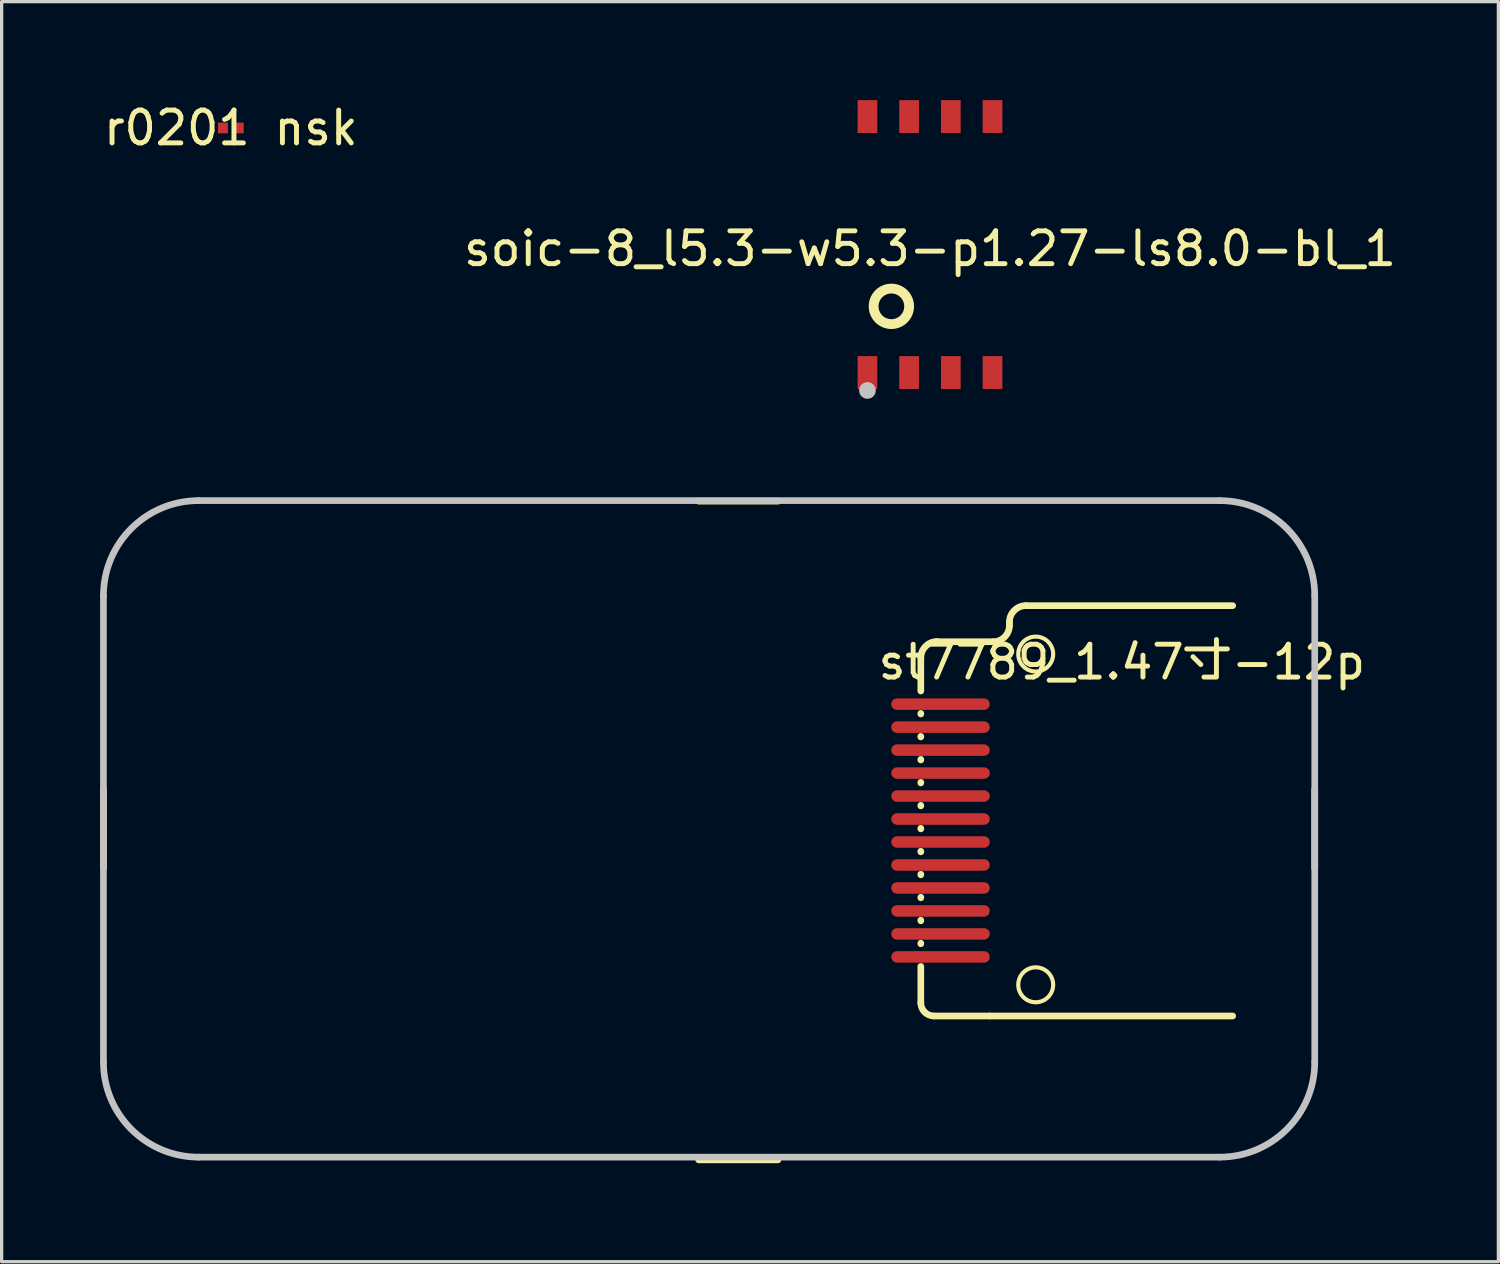
<source format=kicad_pcb>
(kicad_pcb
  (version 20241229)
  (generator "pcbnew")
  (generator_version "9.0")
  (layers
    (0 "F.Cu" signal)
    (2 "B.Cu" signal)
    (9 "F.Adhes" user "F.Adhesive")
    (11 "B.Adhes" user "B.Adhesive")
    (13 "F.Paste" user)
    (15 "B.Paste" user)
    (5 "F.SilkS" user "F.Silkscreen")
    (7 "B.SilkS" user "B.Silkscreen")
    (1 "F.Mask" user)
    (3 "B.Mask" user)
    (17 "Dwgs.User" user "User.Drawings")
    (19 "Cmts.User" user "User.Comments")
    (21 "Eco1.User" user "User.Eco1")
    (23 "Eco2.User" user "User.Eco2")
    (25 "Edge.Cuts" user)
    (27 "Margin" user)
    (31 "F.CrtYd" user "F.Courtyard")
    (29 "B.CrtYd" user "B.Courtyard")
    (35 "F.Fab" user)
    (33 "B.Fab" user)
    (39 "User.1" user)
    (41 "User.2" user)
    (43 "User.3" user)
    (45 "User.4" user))
  (footprint "r0201 nsk"
    (layer "F.Cu")
    (at 3.982 0.848)
    (property "Reference" "r0201 nsk" (at 0 0 0) (layer "F.SilkS") (effects (font (size 1 1) (thickness 0.15))))
    (fp_poly (pts (xy -0.081 0.138) (xy -0.081 -0.138) (xy -0.105 -0.162) (xy -0.369 -0.162) (xy -0.393 -0.138) (xy -0.393 0.138) (xy -0.369 0.162) (xy -0.105 0.162)) (stroke (width 0) (type default)) (fill yes) (layer "F.Paste"))
    (fp_poly (pts (xy 0.081 0.138) (xy 0.081 -0.138) (xy 0.105 -0.162) (xy 0.369 -0.162) (xy 0.393 -0.138) (xy 0.393 0.138) (xy 0.369 0.162) (xy 0.105 0.162)) (stroke (width 0) (type default)) (fill yes) (layer "F.Paste"))
    (fp_poly (pts (xy -0.3 0.15) (xy -0.3 -0.15) (xy -0.15 -0.15) (xy -0.15 0.15)) (stroke (width 0.1) (type default)) (fill no) (layer "User.1"))
    (fp_poly (pts (xy 0.3 0.15) (xy 0.3 -0.15) (xy 0.15 -0.15) (xy 0.15 0.15)) (stroke (width 0.1) (type default)) (fill no) (layer "User.1"))
    (fp_line (start -0.3 -0.15) (end 0.3 -0.15) (stroke (width 0.051) (type default)) (layer "User.2"))
    (fp_line (start -0.3 0.15) (end -0.3 -0.15) (stroke (width 0.051) (type default)) (layer "User.2"))
    (fp_line (start 0.3 -0.15) (end 0.3 0.15) (stroke (width 0.051) (type default)) (layer "User.2"))
    (fp_line (start 0.3 0.15) (end -0.3 0.15) (stroke (width 0.051) (type default)) (layer "User.2"))
    (fp_poly (pts (xy -0.24 0.15) (xy -0.258 0.108) (xy -0.3 0.09) (xy -0.342 0.108) (xy -0.36 0.15) (xy -0.342 0.192) (xy -0.3 0.21) (xy -0.258 0.192)) (stroke (width 0.1) (type default)) (fill no) (layer "User.3"))
    (pad "1" smd rect (at -0.241 0) (size 0.303 0.324) (layers "F.Cu" "F.Mask" "F.Paste"))
    (pad "2" smd rect (at 0.241 0) (size 0.303 0.324) (layers "F.Cu" "F.Mask" "F.Paste")))
  (footprint "soic-8_l5.3-w5.3-p1.27-ls8.0-bl_1"
    (layer "F.Cu")
    (at 25.28 4.527)
    (property "Reference" "soic-8_l5.3-w5.3-p1.27-ls8.0-bl_1" (at 0 0 0) (layer "F.SilkS") (effects (font (size 1 1) (thickness 0.15))))
    (fp_circle (center -1.176 1.755) (end -0.635 1.755) (stroke (width 0.299) (type default)) (fill no) (layer "F.SilkS"))
    (fp_circle (center -1.905 4.318) (end -1.778 4.318) (stroke (width 0.254) (type default)) (fill no) (layer "Dwgs.User"))
    (fp_poly (pts (xy -2.106 -4.128) (xy -1.704 -4.128) (xy -1.704 -3.627) (xy -2.106 -3.627)) (stroke (width 0.1) (type default)) (fill no) (layer "User.1"))
    (fp_poly (pts (xy -1.704 3.873) (xy -2.106 3.873) (xy -2.106 3.373) (xy -1.704 3.373)) (stroke (width 0.1) (type default)) (fill no) (layer "User.1"))
    (fp_poly (pts (xy -0.836 -4.128) (xy -0.434 -4.128) (xy -0.434 -3.627) (xy -0.836 -3.627)) (stroke (width 0.1) (type default)) (fill no) (layer "User.1"))
    (fp_poly (pts (xy -0.434 3.873) (xy -0.836 3.873) (xy -0.836 3.373) (xy -0.434 3.373)) (stroke (width 0.1) (type default)) (fill no) (layer "User.1"))
    (fp_poly (pts (xy 0.434 -4.128) (xy 0.836 -4.128) (xy 0.836 -3.627) (xy 0.434 -3.627)) (stroke (width 0.1) (type default)) (fill no) (layer "User.1"))
    (fp_poly (pts (xy 0.836 3.873) (xy 0.434 3.873) (xy 0.434 3.373) (xy 0.836 3.373)) (stroke (width 0.1) (type default)) (fill no) (layer "User.1"))
    (fp_poly (pts (xy 1.704 -4.128) (xy 2.106 -4.128) (xy 2.106 -3.627) (xy 1.704 -3.627)) (stroke (width 0.1) (type default)) (fill no) (layer "User.1"))
    (fp_poly (pts (xy 2.106 3.873) (xy 1.704 3.873) (xy 1.704 3.373) (xy 2.106 3.373)) (stroke (width 0.1) (type default)) (fill no) (layer "User.1"))
    (fp_line (start -2.999 -4.128) (end 2.999 -4.128) (stroke (width 0.051) (type default)) (layer "User.2"))
    (fp_line (start -2.999 3.873) (end -2.999 -4.128) (stroke (width 0.051) (type default)) (layer "User.2"))
    (fp_line (start 2.999 -4.128) (end 2.999 3.873) (stroke (width 0.051) (type default)) (layer "User.2"))
    (fp_line (start 2.999 3.873) (end -2.999 3.873) (stroke (width 0.051) (type default)) (layer "User.2"))
    (fp_poly (pts (xy -2.938 3.873) (xy -2.956 3.83) (xy -2.999 3.812) (xy -3.043 3.83) (xy -3.061 3.873) (xy -3.043 3.917) (xy -2.999 3.934) (xy -2.956 3.917)) (stroke (width 0.1) (type default)) (fill no) (layer "User.3"))
    (pad "1" smd rect (at -1.905 3.772) (size 0.6 1.001) (layers "F.Cu" "F.Mask" "F.Paste"))
    (pad "2" smd rect (at -0.635 3.772) (size 0.6 1.001) (layers "F.Cu" "F.Mask" "F.Paste"))
    (pad "3" smd rect (at 0.635 3.772) (size 0.6 1.001) (layers "F.Cu" "F.Mask" "F.Paste"))
    (pad "4" smd rect (at 1.905 3.772) (size 0.6 1.001) (layers "F.Cu" "F.Mask" "F.Paste"))
    (pad "5" smd rect (at 1.905 -4.026 180) (size 0.6 1.001) (layers "F.Cu" "F.Mask" "F.Paste"))
    (pad "6" smd rect (at 0.635 -4.026 180) (size 0.6 1.001) (layers "F.Cu" "F.Mask" "F.Paste"))
    (pad "7" smd rect (at -0.635 -4.026 180) (size 0.6 1.001) (layers "F.Cu" "F.Mask" "F.Paste"))
    (pad "8" smd rect (at -1.905 -4.026 180) (size 0.6 1.001) (layers "F.Cu" "F.Mask" "F.Paste")))
  (footprint "st7789_1.47寸-12p"
    (layer "F.Cu")
    (at 31.125 17.12)
    (property "Reference" "st7789_1.47寸-12p" (at 0 0 0) (layer "F.SilkS") (effects (font (size 1 1) (thickness 0.15))))
    (fp_line (start -31.024 3.873) (end -31.024 6.287) (stroke (width 0.203) (type default)) (layer "F.SilkS"))
    (fp_line (start -10.477 -4.903) (end -12.89 -4.903) (stroke (width 0.203) (type default)) (layer "F.SilkS"))
    (fp_line (start -10.477 15.163) (end -12.89 15.163) (stroke (width 0.203) (type default)) (layer "F.SilkS"))
    (fp_line (start -6.124 0.88) (end -6.124 -0.129) (stroke (width 0.203) (type default)) (layer "F.SilkS"))
    (fp_line (start -6.124 1.58) (end -6.124 1.563) (stroke (width 0.203) (type default)) (layer "F.SilkS"))
    (fp_line (start -6.124 2.28) (end -6.124 2.263) (stroke (width 0.203) (type default)) (layer "F.SilkS"))
    (fp_line (start -6.124 2.98) (end -6.124 2.963) (stroke (width 0.203) (type default)) (layer "F.SilkS"))
    (fp_line (start -6.124 3.68) (end -6.124 3.663) (stroke (width 0.203) (type default)) (layer "F.SilkS"))
    (fp_line (start -6.124 4.38) (end -6.124 4.364) (stroke (width 0.203) (type default)) (layer "F.SilkS"))
    (fp_line (start -6.124 5.08) (end -6.124 5.063) (stroke (width 0.203) (type default)) (layer "F.SilkS"))
    (fp_line (start -6.124 5.78) (end -6.124 5.763) (stroke (width 0.203) (type default)) (layer "F.SilkS"))
    (fp_line (start -6.124 6.48) (end -6.124 6.463) (stroke (width 0.203) (type default)) (layer "F.SilkS"))
    (fp_line (start -6.124 7.18) (end -6.124 7.163) (stroke (width 0.203) (type default)) (layer "F.SilkS"))
    (fp_line (start -6.124 7.88) (end -6.124 7.863) (stroke (width 0.203) (type default)) (layer "F.SilkS"))
    (fp_line (start -6.124 8.58) (end -6.124 8.563) (stroke (width 0.203) (type default)) (layer "F.SilkS"))
    (fp_line (start -6.124 10.38) (end -6.124 9.271) (stroke (width 0.203) (type default)) (layer "F.SilkS"))
    (fp_line (start -5.724 10.78) (end -4.024 10.78) (stroke (width 0.203) (type default)) (layer "F.SilkS"))
    (fp_line (start -5.624 -0.62) (end -3.924 -0.62) (stroke (width 0.203) (type default)) (layer "F.SilkS"))
    (fp_line (start -4.024 10.78) (end 3.376 10.78) (stroke (width 0.203) (type default)) (layer "F.SilkS"))
    (fp_line (start -3.424 -1.22) (end -3.424 -1.12) (stroke (width 0.203) (type default)) (layer "F.SilkS"))
    (fp_line (start -2.924 -1.72) (end 3.376 -1.72) (stroke (width 0.203) (type default)) (layer "F.SilkS"))
    (fp_line (start 5.876 3.873) (end 5.876 6.287) (stroke (width 0.203) (type default)) (layer "F.SilkS"))
    (fp_arc (start -6.124 -0.1285) (mid -5.977553 -0.482053) (end -5.624 -0.6285) (stroke (width 0.203) (type default)) (layer "F.SilkS"))
    (fp_arc (start -5.724 10.78) (mid -6.006843 10.662843) (end -6.124 10.38) (stroke (width 0.203) (type default)) (layer "F.SilkS"))
    (fp_arc (start -3.424 -1.22) (mid -3.277553 -1.573553) (end -2.924 -1.72) (stroke (width 0.203) (type default)) (layer "F.SilkS"))
    (fp_arc (start -3.424 -1.12) (mid -3.570447 -0.766447) (end -3.924 -0.62) (stroke (width 0.203) (type default)) (layer "F.SilkS"))
    (fp_circle (center -2.624 -0.245) (end -2.092 -0.245) (stroke (width 0.125) (type default)) (fill no) (layer "F.SilkS"))
    (fp_circle (center -2.624 9.83) (end -2.092 9.83) (stroke (width 0.125) (type default)) (fill no) (layer "F.SilkS"))
    (fp_line (start -31.024 12.18) (end -31.024 -2.02) (stroke (width 0.203) (type default)) (layer "Dwgs.User"))
    (fp_line (start 2.976 -4.92) (end -28.124 -4.92) (stroke (width 0.203) (type default)) (layer "Dwgs.User"))
    (fp_line (start 2.976 15.08) (end -28.124 15.08) (stroke (width 0.203) (type default)) (layer "Dwgs.User"))
    (fp_line (start 5.876 12.18) (end 5.876 -2.02) (stroke (width 0.203) (type default)) (layer "Dwgs.User"))
    (fp_arc (start -31.024 -2.02) (mid -30.17461 -4.07061) (end -28.124 -4.92) (stroke (width 0.203) (type default)) (layer "Dwgs.User"))
    (fp_arc (start -28.124 15.08) (mid -30.17461 14.23061) (end -31.024 12.18) (stroke (width 0.203) (type default)) (layer "Dwgs.User"))
    (fp_arc (start 2.976 -4.92) (mid 5.02661 -4.07061) (end 5.876 -2.02) (stroke (width 0.203) (type default)) (layer "Dwgs.User"))
    (fp_arc (start 5.876 12.18) (mid 5.02661 14.23061) (end 2.976 15.08) (stroke (width 0.203) (type default)) (layer "Dwgs.User"))
    (pad "1" smd oval (at -5.524 1.28 90) (size 0.35 3) (layers "F.Cu" "F.Mask" "F.Paste"))
    (pad "2" smd oval (at -5.524 1.98 90) (size 0.35 3) (layers "F.Cu" "F.Mask" "F.Paste"))
    (pad "3" smd oval (at -5.524 2.68 90) (size 0.35 3) (layers "F.Cu" "F.Mask" "F.Paste"))
    (pad "4" smd oval (at -5.524 3.38 90) (size 0.35 3) (layers "F.Cu" "F.Mask" "F.Paste"))
    (pad "5" smd oval (at -5.524 4.08 90) (size 0.35 3) (layers "F.Cu" "F.Mask" "F.Paste"))
    (pad "6" smd oval (at -5.524 4.78 90) (size 0.35 3) (layers "F.Cu" "F.Mask" "F.Paste"))
    (pad "7" smd oval (at -5.524 5.48 90) (size 0.35 3) (layers "F.Cu" "F.Mask" "F.Paste"))
    (pad "8" smd oval (at -5.524 6.18 90) (size 0.35 3) (layers "F.Cu" "F.Mask" "F.Paste"))
    (pad "9" smd oval (at -5.524 6.88 90) (size 0.35 3) (layers "F.Cu" "F.Mask" "F.Paste"))
    (pad "10" smd oval (at -5.524 7.58 90) (size 0.35 3) (layers "F.Cu" "F.Mask" "F.Paste"))
    (pad "11" smd oval (at -5.524 8.28 90) (size 0.35 3) (layers "F.Cu" "F.Mask" "F.Paste"))
    (pad "12" smd oval (at -5.524 8.98 90) (size 0.35 3) (layers "F.Cu" "F.Mask" "F.Paste")))
  (gr_rect
    (start -3 -3)
    (end 42.595 35.385)
    (stroke (width 0.1) (type default))
    (fill no)
    (layer "Edge.Cuts")))
</source>
